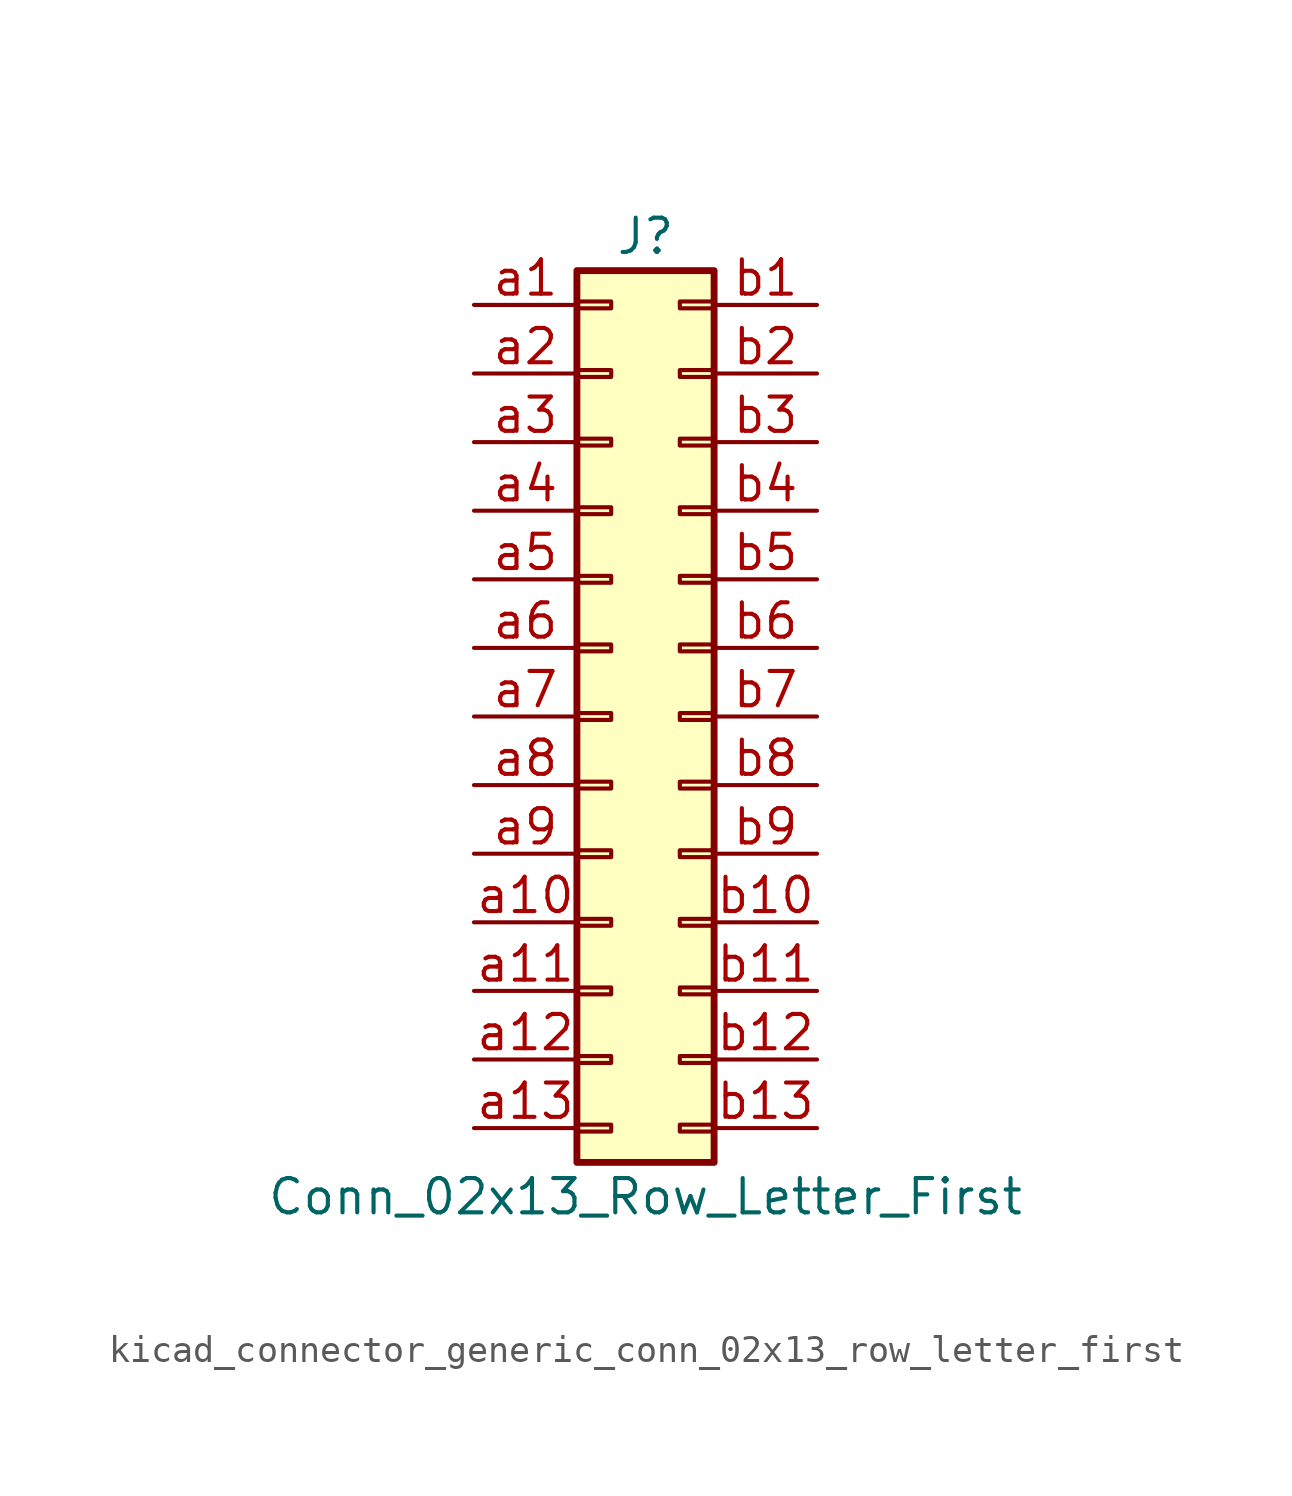
<source format=kicad_sym>
(kicad_symbol_lib
  (version 20220914)
  (generator kicad_symbol_editor)
  (symbol "kicad_connector_generic_conn_02x13_row_letter_first"
    (pin_names
      (offset 1.016) hide)
    (property "Reference" "J"
      (at 1.27 17.78 0)
      (effects (font (size 1.27 1.27))))
    (property "Value" "Conn_02x13_Row_Letter_First"
      (at 1.27 -17.78 0)
      (effects (font (size 1.27 1.27))))
    (symbol "kicad_connector_generic_conn_02x13_row_letter_first_1_1"
      (rectangle (start -1.27 -15.113) (end 0 -15.367) (stroke (width 0.152) (type default)) (fill (type none)))
      (rectangle (start -1.27 -12.573) (end 0 -12.827) (stroke (width 0.152) (type default)) (fill (type none)))
      (rectangle (start -1.27 -10.033) (end 0 -10.287) (stroke (width 0.152) (type default)) (fill (type none)))
      (rectangle (start -1.27 -7.493) (end 0 -7.747) (stroke (width 0.152) (type default)) (fill (type none)))
      (rectangle (start -1.27 -4.953) (end 0 -5.207) (stroke (width 0.152) (type default)) (fill (type none)))
      (rectangle (start -1.27 -2.413) (end 0 -2.667) (stroke (width 0.152) (type default)) (fill (type none)))
      (rectangle (start -1.27 0.127) (end 0 -0.127) (stroke (width 0.152) (type default)) (fill (type none)))
      (rectangle (start -1.27 2.667) (end 0 2.413) (stroke (width 0.152) (type default)) (fill (type none)))
      (rectangle (start -1.27 5.207) (end 0 4.953) (stroke (width 0.152) (type default)) (fill (type none)))
      (rectangle (start -1.27 7.747) (end 0 7.493) (stroke (width 0.152) (type default)) (fill (type none)))
      (rectangle (start -1.27 10.287) (end 0 10.033) (stroke (width 0.152) (type default)) (fill (type none)))
      (rectangle (start -1.27 12.827) (end 0 12.573) (stroke (width 0.152) (type default)) (fill (type none)))
      (rectangle (start -1.27 15.367) (end 0 15.113) (stroke (width 0.152) (type default)) (fill (type none)))
      (rectangle (start -1.27 16.51) (end 3.81 -16.51) (stroke (width 0.254) (type default)) (fill (type background)))
      (rectangle (start 3.81 -15.113) (end 2.54 -15.367) (stroke (width 0.152) (type default)) (fill (type none)))
      (rectangle (start 3.81 -12.573) (end 2.54 -12.827) (stroke (width 0.152) (type default)) (fill (type none)))
      (rectangle (start 3.81 -10.033) (end 2.54 -10.287) (stroke (width 0.152) (type default)) (fill (type none)))
      (rectangle (start 3.81 -7.493) (end 2.54 -7.747) (stroke (width 0.152) (type default)) (fill (type none)))
      (rectangle (start 3.81 -4.953) (end 2.54 -5.207) (stroke (width 0.152) (type default)) (fill (type none)))
      (rectangle (start 3.81 -2.413) (end 2.54 -2.667) (stroke (width 0.152) (type default)) (fill (type none)))
      (rectangle (start 3.81 0.127) (end 2.54 -0.127) (stroke (width 0.152) (type default)) (fill (type none)))
      (rectangle (start 3.81 2.667) (end 2.54 2.413) (stroke (width 0.152) (type default)) (fill (type none)))
      (rectangle (start 3.81 5.207) (end 2.54 4.953) (stroke (width 0.152) (type default)) (fill (type none)))
      (rectangle (start 3.81 7.747) (end 2.54 7.493) (stroke (width 0.152) (type default)) (fill (type none)))
      (rectangle (start 3.81 10.287) (end 2.54 10.033) (stroke (width 0.152) (type default)) (fill (type none)))
      (rectangle (start 3.81 12.827) (end 2.54 12.573) (stroke (width 0.152) (type default)) (fill (type none)))
      (rectangle (start 3.81 15.367) (end 2.54 15.113) (stroke (width 0.152) (type default)) (fill (type none)))
      (pin passive line (at -5.08 15.24 0) (length 3.81) (name "Pin_a1" (effects (font (size 1.27 1.27)))) (number "a1" (effects (font (size 1.27 1.27)))))
      (pin passive line (at -5.08 -7.62 0) (length 3.81) (name "Pin_a10" (effects (font (size 1.27 1.27)))) (number "a10" (effects (font (size 1.27 1.27)))))
      (pin passive line (at -5.08 -10.16 0) (length 3.81) (name "Pin_a11" (effects (font (size 1.27 1.27)))) (number "a11" (effects (font (size 1.27 1.27)))))
      (pin passive line (at -5.08 -12.7 0) (length 3.81) (name "Pin_a12" (effects (font (size 1.27 1.27)))) (number "a12" (effects (font (size 1.27 1.27)))))
      (pin passive line (at -5.08 -15.24 0) (length 3.81) (name "Pin_a13" (effects (font (size 1.27 1.27)))) (number "a13" (effects (font (size 1.27 1.27)))))
      (pin passive line (at -5.08 12.7 0) (length 3.81) (name "Pin_a2" (effects (font (size 1.27 1.27)))) (number "a2" (effects (font (size 1.27 1.27)))))
      (pin passive line (at -5.08 10.16 0) (length 3.81) (name "Pin_a3" (effects (font (size 1.27 1.27)))) (number "a3" (effects (font (size 1.27 1.27)))))
      (pin passive line (at -5.08 7.62 0) (length 3.81) (name "Pin_a4" (effects (font (size 1.27 1.27)))) (number "a4" (effects (font (size 1.27 1.27)))))
      (pin passive line (at -5.08 5.08 0) (length 3.81) (name "Pin_a5" (effects (font (size 1.27 1.27)))) (number "a5" (effects (font (size 1.27 1.27)))))
      (pin passive line (at -5.08 2.54 0) (length 3.81) (name "Pin_a6" (effects (font (size 1.27 1.27)))) (number "a6" (effects (font (size 1.27 1.27)))))
      (pin passive line (at -5.08 0 0) (length 3.81) (name "Pin_a7" (effects (font (size 1.27 1.27)))) (number "a7" (effects (font (size 1.27 1.27)))))
      (pin passive line (at -5.08 -2.54 0) (length 3.81) (name "Pin_a8" (effects (font (size 1.27 1.27)))) (number "a8" (effects (font (size 1.27 1.27)))))
      (pin passive line (at -5.08 -5.08 0) (length 3.81) (name "Pin_a9" (effects (font (size 1.27 1.27)))) (number "a9" (effects (font (size 1.27 1.27)))))
      (pin passive line (at 7.62 15.24 180) (length 3.81) (name "Pin_b1" (effects (font (size 1.27 1.27)))) (number "b1" (effects (font (size 1.27 1.27)))))
      (pin passive line (at 7.62 -7.62 180) (length 3.81) (name "Pin_b10" (effects (font (size 1.27 1.27)))) (number "b10" (effects (font (size 1.27 1.27)))))
      (pin passive line (at 7.62 -10.16 180) (length 3.81) (name "Pin_b11" (effects (font (size 1.27 1.27)))) (number "b11" (effects (font (size 1.27 1.27)))))
      (pin passive line (at 7.62 -12.7 180) (length 3.81) (name "Pin_b12" (effects (font (size 1.27 1.27)))) (number "b12" (effects (font (size 1.27 1.27)))))
      (pin passive line (at 7.62 -15.24 180) (length 3.81) (name "Pin_b13" (effects (font (size 1.27 1.27)))) (number "b13" (effects (font (size 1.27 1.27)))))
      (pin passive line (at 7.62 12.7 180) (length 3.81) (name "Pin_b2" (effects (font (size 1.27 1.27)))) (number "b2" (effects (font (size 1.27 1.27)))))
      (pin passive line (at 7.62 10.16 180) (length 3.81) (name "Pin_b3" (effects (font (size 1.27 1.27)))) (number "b3" (effects (font (size 1.27 1.27)))))
      (pin passive line (at 7.62 7.62 180) (length 3.81) (name "Pin_b4" (effects (font (size 1.27 1.27)))) (number "b4" (effects (font (size 1.27 1.27)))))
      (pin passive line (at 7.62 5.08 180) (length 3.81) (name "Pin_b5" (effects (font (size 1.27 1.27)))) (number "b5" (effects (font (size 1.27 1.27)))))
      (pin passive line (at 7.62 2.54 180) (length 3.81) (name "Pin_b6" (effects (font (size 1.27 1.27)))) (number "b6" (effects (font (size 1.27 1.27)))))
      (pin passive line (at 7.62 0 180) (length 3.81) (name "Pin_b7" (effects (font (size 1.27 1.27)))) (number "b7" (effects (font (size 1.27 1.27)))))
      (pin passive line (at 7.62 -2.54 180) (length 3.81) (name "Pin_b8" (effects (font (size 1.27 1.27)))) (number "b8" (effects (font (size 1.27 1.27)))))
      (pin passive line (at 7.62 -5.08 180) (length 3.81) (name "Pin_b9" (effects (font (size 1.27 1.27)))) (number "b9" (effects (font (size 1.27 1.27))))))))
</source>
